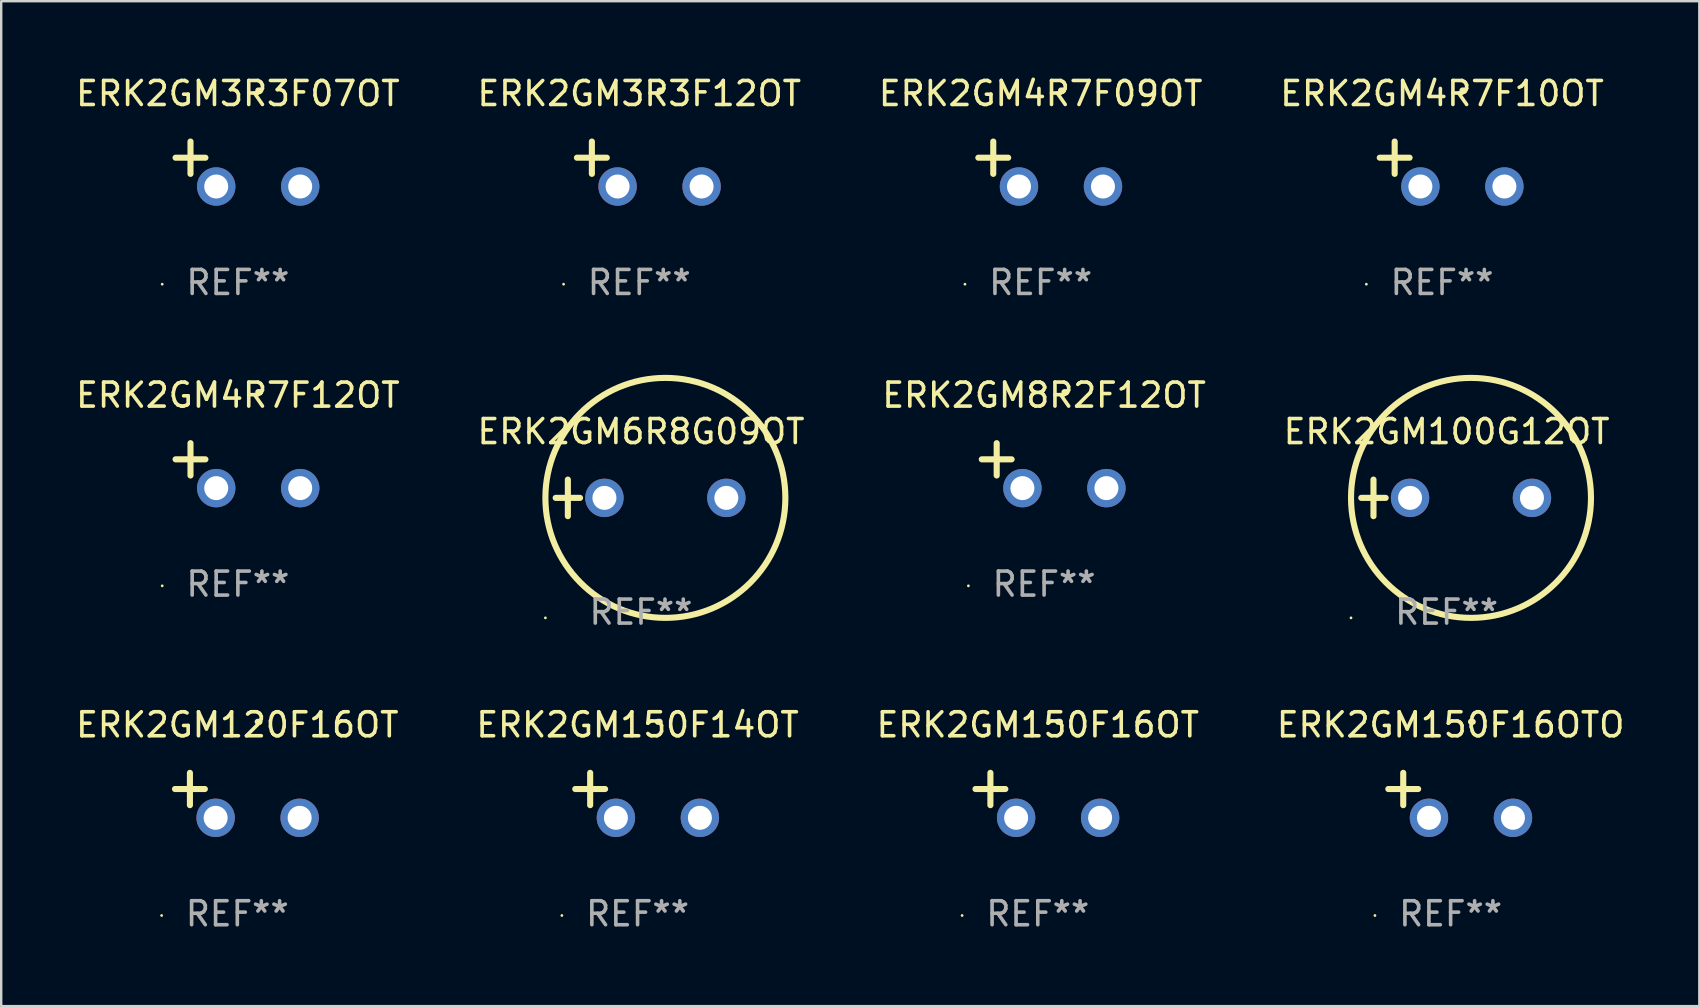
<source format=kicad_pcb>
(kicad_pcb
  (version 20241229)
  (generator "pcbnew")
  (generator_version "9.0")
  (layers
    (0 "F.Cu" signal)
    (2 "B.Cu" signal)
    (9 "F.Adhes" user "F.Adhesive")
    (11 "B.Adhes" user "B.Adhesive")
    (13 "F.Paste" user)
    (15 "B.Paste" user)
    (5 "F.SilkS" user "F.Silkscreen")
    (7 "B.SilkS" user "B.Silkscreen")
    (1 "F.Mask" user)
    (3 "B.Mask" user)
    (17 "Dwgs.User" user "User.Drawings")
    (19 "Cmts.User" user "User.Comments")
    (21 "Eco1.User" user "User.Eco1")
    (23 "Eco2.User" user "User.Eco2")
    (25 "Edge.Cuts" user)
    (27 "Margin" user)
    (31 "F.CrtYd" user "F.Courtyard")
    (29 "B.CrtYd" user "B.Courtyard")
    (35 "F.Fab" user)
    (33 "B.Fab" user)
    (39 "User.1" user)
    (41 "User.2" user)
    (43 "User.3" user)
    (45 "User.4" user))
  (footprint "ERK2GM150F14OT"
    (layer "F.Cu")
    (at 23.518 30.092)
    (property "Reference" "ERK2GM150F14OT" (at 0 -2.937 0) (layer "F.SilkS") (effects (font (size 1 1) (thickness 0.15))))
    (attr through_hole)
    (fp_line (start -1.975 0.41) (end -1.975 -0.937) (stroke (width 0.254) (type solid)) (layer "F.SilkS"))
    (fp_line (start -1.353 -0.263) (end -2.597 -0.263) (stroke (width 0.254) (type solid)) (layer "F.SilkS"))
    (fp_arc (start 0.849809 -3.063957) (mid 0.885369 -3.064114) (end 0.920929 -3.063957) (stroke (width 0.254001) (type solid)) (layer "F.SilkS"))
    (fp_circle (center -3.154 5.008) (end -3.124 5.008) (stroke (width 0.06) (type solid)) (fill no) (layer "F.SilkS"))
    (fp_text user "REF**" (at 0 4.937 0) (layer "F.Fab") (effects (font (size 1 1) (thickness 0.15))))
    (pad "1" thru_hole circle (at -0.903 0.937) (size 1.6 1.6) (drill 1) (layers "*.Cu" "*.Mask"))
    (pad "2" thru_hole circle (at 2.597 0.937) (size 1.6 1.6) (drill 1) (layers "*.Cu" "*.Mask")))
  (footprint "ERK2GM150F16OTO"
    (layer "F.Cu")
    (at 57.399 30.092)
    (property "Reference" "ERK2GM150F16OTO" (at 0 -2.937 0) (layer "F.SilkS") (effects (font (size 1 1) (thickness 0.15))))
    (attr through_hole)
    (fp_line (start -1.975 0.41) (end -1.975 -0.937) (stroke (width 0.254) (type solid)) (layer "F.SilkS"))
    (fp_line (start -1.353 -0.263) (end -2.597 -0.263) (stroke (width 0.254) (type solid)) (layer "F.SilkS"))
    (fp_arc (start 0.849809 -3.063957) (mid 0.885369 -3.064114) (end 0.920929 -3.063957) (stroke (width 0.254001) (type solid)) (layer "F.SilkS"))
    (fp_circle (center -3.154 5.008) (end -3.124 5.008) (stroke (width 0.06) (type solid)) (fill no) (layer "F.SilkS"))
    (fp_text user "REF**" (at 0 4.937 0) (layer "F.Fab") (effects (font (size 1 1) (thickness 0.15))))
    (pad "1" thru_hole circle (at -0.903 0.937) (size 1.6 1.6) (drill 1) (layers "*.Cu" "*.Mask"))
    (pad "2" thru_hole circle (at 2.597 0.937) (size 1.6 1.6) (drill 1) (layers "*.Cu" "*.Mask")))
  (footprint "ERK2GM120F16OT"
    (layer "F.Cu")
    (at 6.839 30.092)
    (property "Reference" "ERK2GM120F16OT" (at 0 -2.937 0) (layer "F.SilkS") (effects (font (size 1 1) (thickness 0.15))))
    (attr through_hole)
    (fp_line (start -1.975 0.41) (end -1.975 -0.937) (stroke (width 0.254) (type solid)) (layer "F.SilkS"))
    (fp_line (start -1.353 -0.263) (end -2.597 -0.263) (stroke (width 0.254) (type solid)) (layer "F.SilkS"))
    (fp_arc (start 0.849809 -3.063957) (mid 0.885369 -3.064114) (end 0.920929 -3.063957) (stroke (width 0.254001) (type solid)) (layer "F.SilkS"))
    (fp_circle (center -3.154 5.008) (end -3.124 5.008) (stroke (width 0.06) (type solid)) (fill no) (layer "F.SilkS"))
    (fp_text user "REF**" (at 0 4.937 0) (layer "F.Fab") (effects (font (size 1 1) (thickness 0.15))))
    (pad "1" thru_hole circle (at -0.903 0.937) (size 1.6 1.6) (drill 1) (layers "*.Cu" "*.Mask"))
    (pad "2" thru_hole circle (at 2.597 0.937) (size 1.6 1.6) (drill 1) (layers "*.Cu" "*.Mask")))
  (footprint "ERK2GM100G12OT"
    (layer "F.Cu")
    (at 57.232 17.697)
    (property "Reference" "ERK2GM100G12OT" (at 0 -2.762 0) (layer "F.SilkS") (effects (font (size 1 1) (thickness 0.15))))
    (attr through_hole)
    (fp_line (start -3.556 0) (end -2.54 0) (stroke (width 0.254) (type solid)) (layer "F.SilkS"))
    (fp_line (start -3.048 -0.762) (end -3.048 0.762) (stroke (width 0.254) (type solid)) (layer "F.SilkS"))
    (fp_circle (center -3.984 5) (end -3.954 5) (stroke (width 0.06) (type solid)) (fill no) (layer "F.SilkS"))
    (fp_circle (center 1.016 0) (end 6.016 0) (stroke (width 0.254) (type solid)) (fill no) (layer "F.SilkS"))
    (fp_text user "REF**" (at 0 4.762 0) (layer "F.Fab") (effects (font (size 1 1) (thickness 0.15))))
    (pad "1" thru_hole circle (at -1.524 0) (size 1.6 1.6) (drill 1) (layers "*.Cu" "*.Mask"))
    (pad "2" thru_hole circle (at 3.556 0) (size 1.6 1.6) (drill 1) (layers "*.Cu" "*.Mask")))
  (footprint "ERK2GM3R3F07OT"
    (layer "F.Cu")
    (at 6.863 3.785)
    (property "Reference" "ERK2GM3R3F07OT" (at 0 -2.937 0) (layer "F.SilkS") (effects (font (size 1 1) (thickness 0.15))))
    (attr through_hole)
    (fp_line (start -1.975 0.41) (end -1.975 -0.937) (stroke (width 0.254) (type solid)) (layer "F.SilkS"))
    (fp_line (start -1.353 -0.263) (end -2.597 -0.263) (stroke (width 0.254) (type solid)) (layer "F.SilkS"))
    (fp_arc (start 0.849809 -3.063957) (mid 0.885369 -3.064114) (end 0.920929 -3.063957) (stroke (width 0.254001) (type solid)) (layer "F.SilkS"))
    (fp_circle (center -3.154 5.008) (end -3.124 5.008) (stroke (width 0.06) (type solid)) (fill no) (layer "F.SilkS"))
    (fp_text user "REF**" (at 0 4.937 0) (layer "F.Fab") (effects (font (size 1 1) (thickness 0.15))))
    (pad "1" thru_hole circle (at -0.903 0.937) (size 1.6 1.6) (drill 1) (layers "*.Cu" "*.Mask"))
    (pad "2" thru_hole circle (at 2.597 0.937) (size 1.6 1.6) (drill 1) (layers "*.Cu" "*.Mask")))
  (footprint "ERK2GM3R3F12OT"
    (layer "F.Cu")
    (at 23.589 3.785)
    (property "Reference" "ERK2GM3R3F12OT" (at 0 -2.937 0) (layer "F.SilkS") (effects (font (size 1 1) (thickness 0.15))))
    (attr through_hole)
    (fp_line (start -1.975 0.41) (end -1.975 -0.937) (stroke (width 0.254) (type solid)) (layer "F.SilkS"))
    (fp_line (start -1.353 -0.263) (end -2.597 -0.263) (stroke (width 0.254) (type solid)) (layer "F.SilkS"))
    (fp_arc (start 0.849809 -3.063957) (mid 0.885369 -3.064114) (end 0.920929 -3.063957) (stroke (width 0.254001) (type solid)) (layer "F.SilkS"))
    (fp_circle (center -3.154 5.008) (end -3.124 5.008) (stroke (width 0.06) (type solid)) (fill no) (layer "F.SilkS"))
    (fp_text user "REF**" (at 0 4.937 0) (layer "F.Fab") (effects (font (size 1 1) (thickness 0.15))))
    (pad "1" thru_hole circle (at -0.903 0.937) (size 1.6 1.6) (drill 1) (layers "*.Cu" "*.Mask"))
    (pad "2" thru_hole circle (at 2.597 0.937) (size 1.6 1.6) (drill 1) (layers "*.Cu" "*.Mask")))
  (footprint "ERK2GM150F16OT"
    (layer "F.Cu")
    (at 40.196 30.092)
    (property "Reference" "ERK2GM150F16OT" (at 0 -2.937 0) (layer "F.SilkS") (effects (font (size 1 1) (thickness 0.15))))
    (attr through_hole)
    (fp_line (start -1.975 0.41) (end -1.975 -0.937) (stroke (width 0.254) (type solid)) (layer "F.SilkS"))
    (fp_line (start -1.353 -0.263) (end -2.597 -0.263) (stroke (width 0.254) (type solid)) (layer "F.SilkS"))
    (fp_arc (start 0.849809 -3.063957) (mid 0.885369 -3.064114) (end 0.920929 -3.063957) (stroke (width 0.254001) (type solid)) (layer "F.SilkS"))
    (fp_circle (center -3.154 5.008) (end -3.124 5.008) (stroke (width 0.06) (type solid)) (fill no) (layer "F.SilkS"))
    (fp_text user "REF**" (at 0 4.937 0) (layer "F.Fab") (effects (font (size 1 1) (thickness 0.15))))
    (pad "1" thru_hole circle (at -0.903 0.937) (size 1.6 1.6) (drill 1) (layers "*.Cu" "*.Mask"))
    (pad "2" thru_hole circle (at 2.597 0.937) (size 1.6 1.6) (drill 1) (layers "*.Cu" "*.Mask")))
  (footprint "ERK2GM6R8G09OT"
    (layer "F.Cu")
    (at 23.661 17.697)
    (property "Reference" "ERK2GM6R8G09OT" (at 0 -2.762 0) (layer "F.SilkS") (effects (font (size 1 1) (thickness 0.15))))
    (attr through_hole)
    (fp_line (start -3.556 0) (end -2.54 0) (stroke (width 0.254) (type solid)) (layer "F.SilkS"))
    (fp_line (start -3.048 -0.762) (end -3.048 0.762) (stroke (width 0.254) (type solid)) (layer "F.SilkS"))
    (fp_circle (center -3.984 5) (end -3.954 5) (stroke (width 0.06) (type solid)) (fill no) (layer "F.SilkS"))
    (fp_circle (center 1.016 0) (end 6.016 0) (stroke (width 0.254) (type solid)) (fill no) (layer "F.SilkS"))
    (fp_text user "REF**" (at 0 4.762 0) (layer "F.Fab") (effects (font (size 1 1) (thickness 0.15))))
    (pad "1" thru_hole circle (at -1.524 0) (size 1.6 1.6) (drill 1) (layers "*.Cu" "*.Mask"))
    (pad "2" thru_hole circle (at 3.556 0) (size 1.6 1.6) (drill 1) (layers "*.Cu" "*.Mask")))
  (footprint "ERK2GM8R2F12OT"
    (layer "F.Cu")
    (at 40.458 16.354)
    (property "Reference" "ERK2GM8R2F12OT" (at 0 -2.937 0) (layer "F.SilkS") (effects (font (size 1 1) (thickness 0.15))))
    (attr through_hole)
    (fp_line (start -1.975 0.41) (end -1.975 -0.937) (stroke (width 0.254) (type solid)) (layer "F.SilkS"))
    (fp_line (start -1.353 -0.263) (end -2.597 -0.263) (stroke (width 0.254) (type solid)) (layer "F.SilkS"))
    (fp_arc (start 0.849809 -3.063957) (mid 0.885369 -3.064114) (end 0.920929 -3.063957) (stroke (width 0.254001) (type solid)) (layer "F.SilkS"))
    (fp_circle (center -3.154 5.008) (end -3.124 5.008) (stroke (width 0.06) (type solid)) (fill no) (layer "F.SilkS"))
    (fp_text user "REF**" (at 0 4.937 0) (layer "F.Fab") (effects (font (size 1 1) (thickness 0.15))))
    (pad "1" thru_hole circle (at -0.903 0.937) (size 1.6 1.6) (drill 1) (layers "*.Cu" "*.Mask"))
    (pad "2" thru_hole circle (at 2.597 0.937) (size 1.6 1.6) (drill 1) (layers "*.Cu" "*.Mask")))
  (footprint "ERK2GM4R7F10OT"
    (layer "F.Cu")
    (at 57.042 3.785)
    (property "Reference" "ERK2GM4R7F10OT" (at 0 -2.937 0) (layer "F.SilkS") (effects (font (size 1 1) (thickness 0.15))))
    (attr through_hole)
    (fp_line (start -1.975 0.41) (end -1.975 -0.937) (stroke (width 0.254) (type solid)) (layer "F.SilkS"))
    (fp_line (start -1.353 -0.263) (end -2.597 -0.263) (stroke (width 0.254) (type solid)) (layer "F.SilkS"))
    (fp_arc (start 0.849809 -3.063957) (mid 0.885369 -3.064114) (end 0.920929 -3.063957) (stroke (width 0.254001) (type solid)) (layer "F.SilkS"))
    (fp_circle (center -3.154 5.008) (end -3.124 5.008) (stroke (width 0.06) (type solid)) (fill no) (layer "F.SilkS"))
    (fp_text user "REF**" (at 0 4.937 0) (layer "F.Fab") (effects (font (size 1 1) (thickness 0.15))))
    (pad "1" thru_hole circle (at -0.903 0.937) (size 1.6 1.6) (drill 1) (layers "*.Cu" "*.Mask"))
    (pad "2" thru_hole circle (at 2.597 0.937) (size 1.6 1.6) (drill 1) (layers "*.Cu" "*.Mask")))
  (footprint "ERK2GM4R7F12OT"
    (layer "F.Cu")
    (at 6.863 16.354)
    (property "Reference" "ERK2GM4R7F12OT" (at 0 -2.937 0) (layer "F.SilkS") (effects (font (size 1 1) (thickness 0.15))))
    (attr through_hole)
    (fp_line (start -1.975 0.41) (end -1.975 -0.937) (stroke (width 0.254) (type solid)) (layer "F.SilkS"))
    (fp_line (start -1.353 -0.263) (end -2.597 -0.263) (stroke (width 0.254) (type solid)) (layer "F.SilkS"))
    (fp_arc (start 0.849809 -3.063957) (mid 0.885369 -3.064114) (end 0.920929 -3.063957) (stroke (width 0.254001) (type solid)) (layer "F.SilkS"))
    (fp_circle (center -3.154 5.008) (end -3.124 5.008) (stroke (width 0.06) (type solid)) (fill no) (layer "F.SilkS"))
    (fp_text user "REF**" (at 0 4.937 0) (layer "F.Fab") (effects (font (size 1 1) (thickness 0.15))))
    (pad "1" thru_hole circle (at -0.903 0.937) (size 1.6 1.6) (drill 1) (layers "*.Cu" "*.Mask"))
    (pad "2" thru_hole circle (at 2.597 0.937) (size 1.6 1.6) (drill 1) (layers "*.Cu" "*.Mask")))
  (footprint "ERK2GM4R7F09OT"
    (layer "F.Cu")
    (at 40.315 3.785)
    (property "Reference" "ERK2GM4R7F09OT" (at 0 -2.937 0) (layer "F.SilkS") (effects (font (size 1 1) (thickness 0.15))))
    (attr through_hole)
    (fp_line (start -1.975 0.41) (end -1.975 -0.937) (stroke (width 0.254) (type solid)) (layer "F.SilkS"))
    (fp_line (start -1.353 -0.263) (end -2.597 -0.263) (stroke (width 0.254) (type solid)) (layer "F.SilkS"))
    (fp_arc (start 0.849809 -3.063957) (mid 0.885369 -3.064114) (end 0.920929 -3.063957) (stroke (width 0.254001) (type solid)) (layer "F.SilkS"))
    (fp_circle (center -3.154 5.008) (end -3.124 5.008) (stroke (width 0.06) (type solid)) (fill no) (layer "F.SilkS"))
    (fp_text user "REF**" (at 0 4.937 0) (layer "F.Fab") (effects (font (size 1 1) (thickness 0.15))))
    (pad "1" thru_hole circle (at -0.903 0.937) (size 1.6 1.6) (drill 1) (layers "*.Cu" "*.Mask"))
    (pad "2" thru_hole circle (at 2.597 0.937) (size 1.6 1.6) (drill 1) (layers "*.Cu" "*.Mask")))
  (gr_rect
    (start -3 -3)
    (end 67.762 38.876)
    (stroke (width 0.1) (type default))
    (fill no)
    (layer "Edge.Cuts")))
</source>
